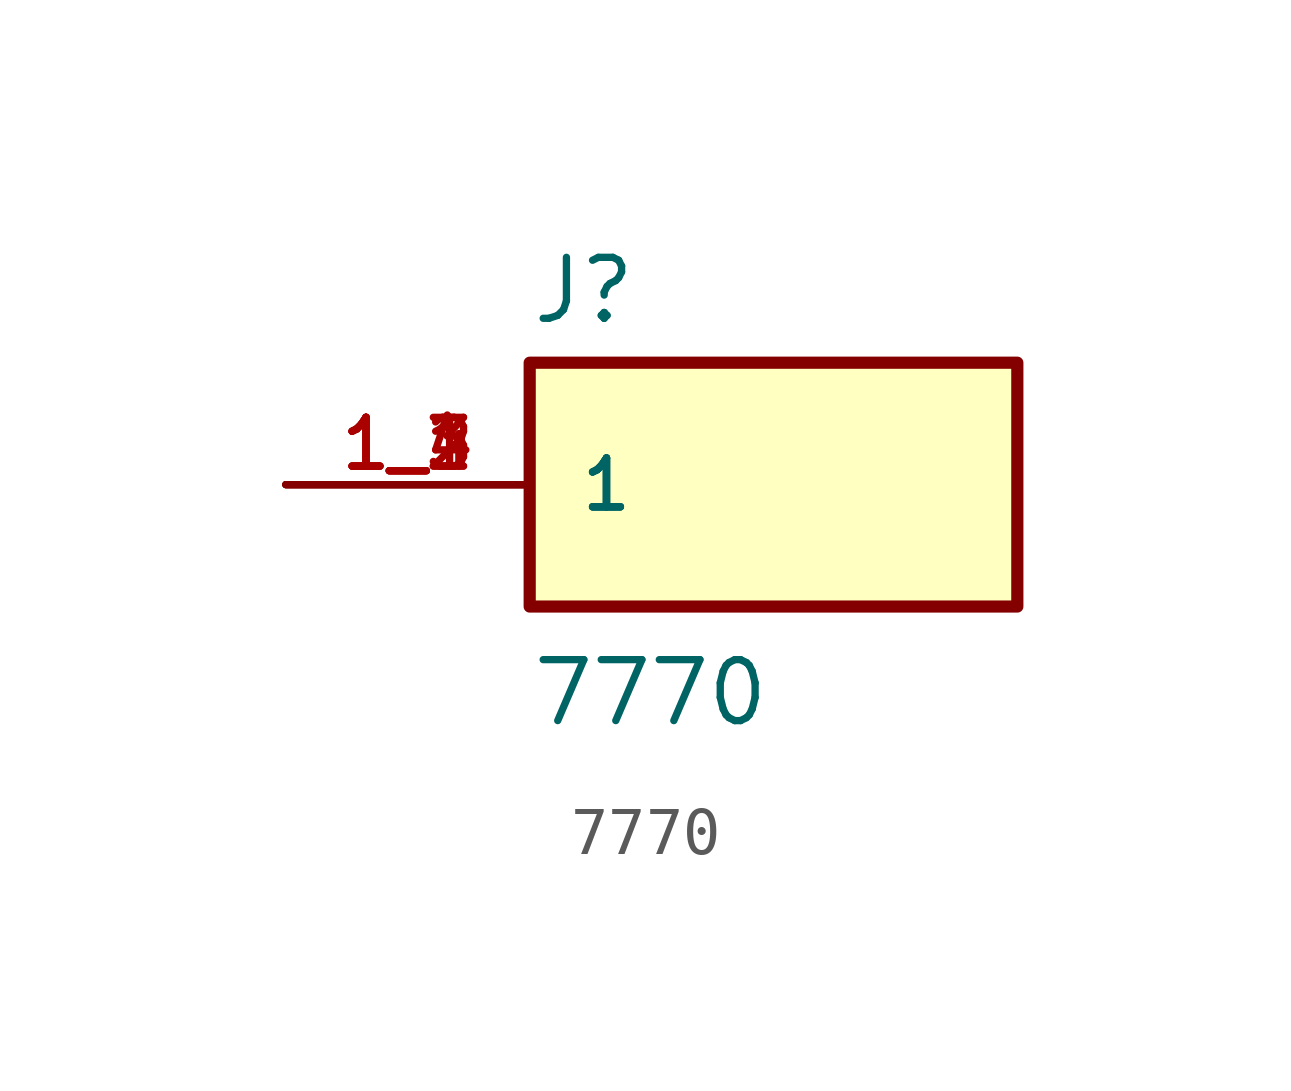
<source format=kicad_sym>
(kicad_symbol_lib
  (version 20211014)
  (generator kicad_symbol_editor)
  (symbol "7770"
    (pin_names
      (offset 1.016))
    (property "Reference" "J"
      (at -5.08 3.302 0)
      (effects (font (size 1.27 1.27)) (justify bottom left)))
    (property "Value" "7770"
      (at -5.08 -5.08 0)
      (effects (font (size 1.27 1.27)) (justify bottom left)))
    (symbol "7770_0_0"
      (rectangle (start -5.08 -2.54) (end 5.08 2.54) (stroke (width 0.254)) (fill (type background)))
      (pin passive line (at -10.16 0.0 0) (length 5.08) (name "1" (effects (font (size 1.016 1.016)))) (number "1_1" (effects (font (size 1.016 1.016)))))
      (pin passive line (at -10.16 0.0 0) (length 5.08) (name "1" (effects (font (size 1.016 1.016)))) (number "1_2" (effects (font (size 1.016 1.016)))))
      (pin passive line (at -10.16 0.0 0) (length 5.08) (name "1" (effects (font (size 1.016 1.016)))) (number "1_3" (effects (font (size 1.016 1.016)))))
      (pin passive line (at -10.16 0.0 0) (length 5.08) (name "1" (effects (font (size 1.016 1.016)))) (number "1_4" (effects (font (size 1.016 1.016))))))))
</source>
